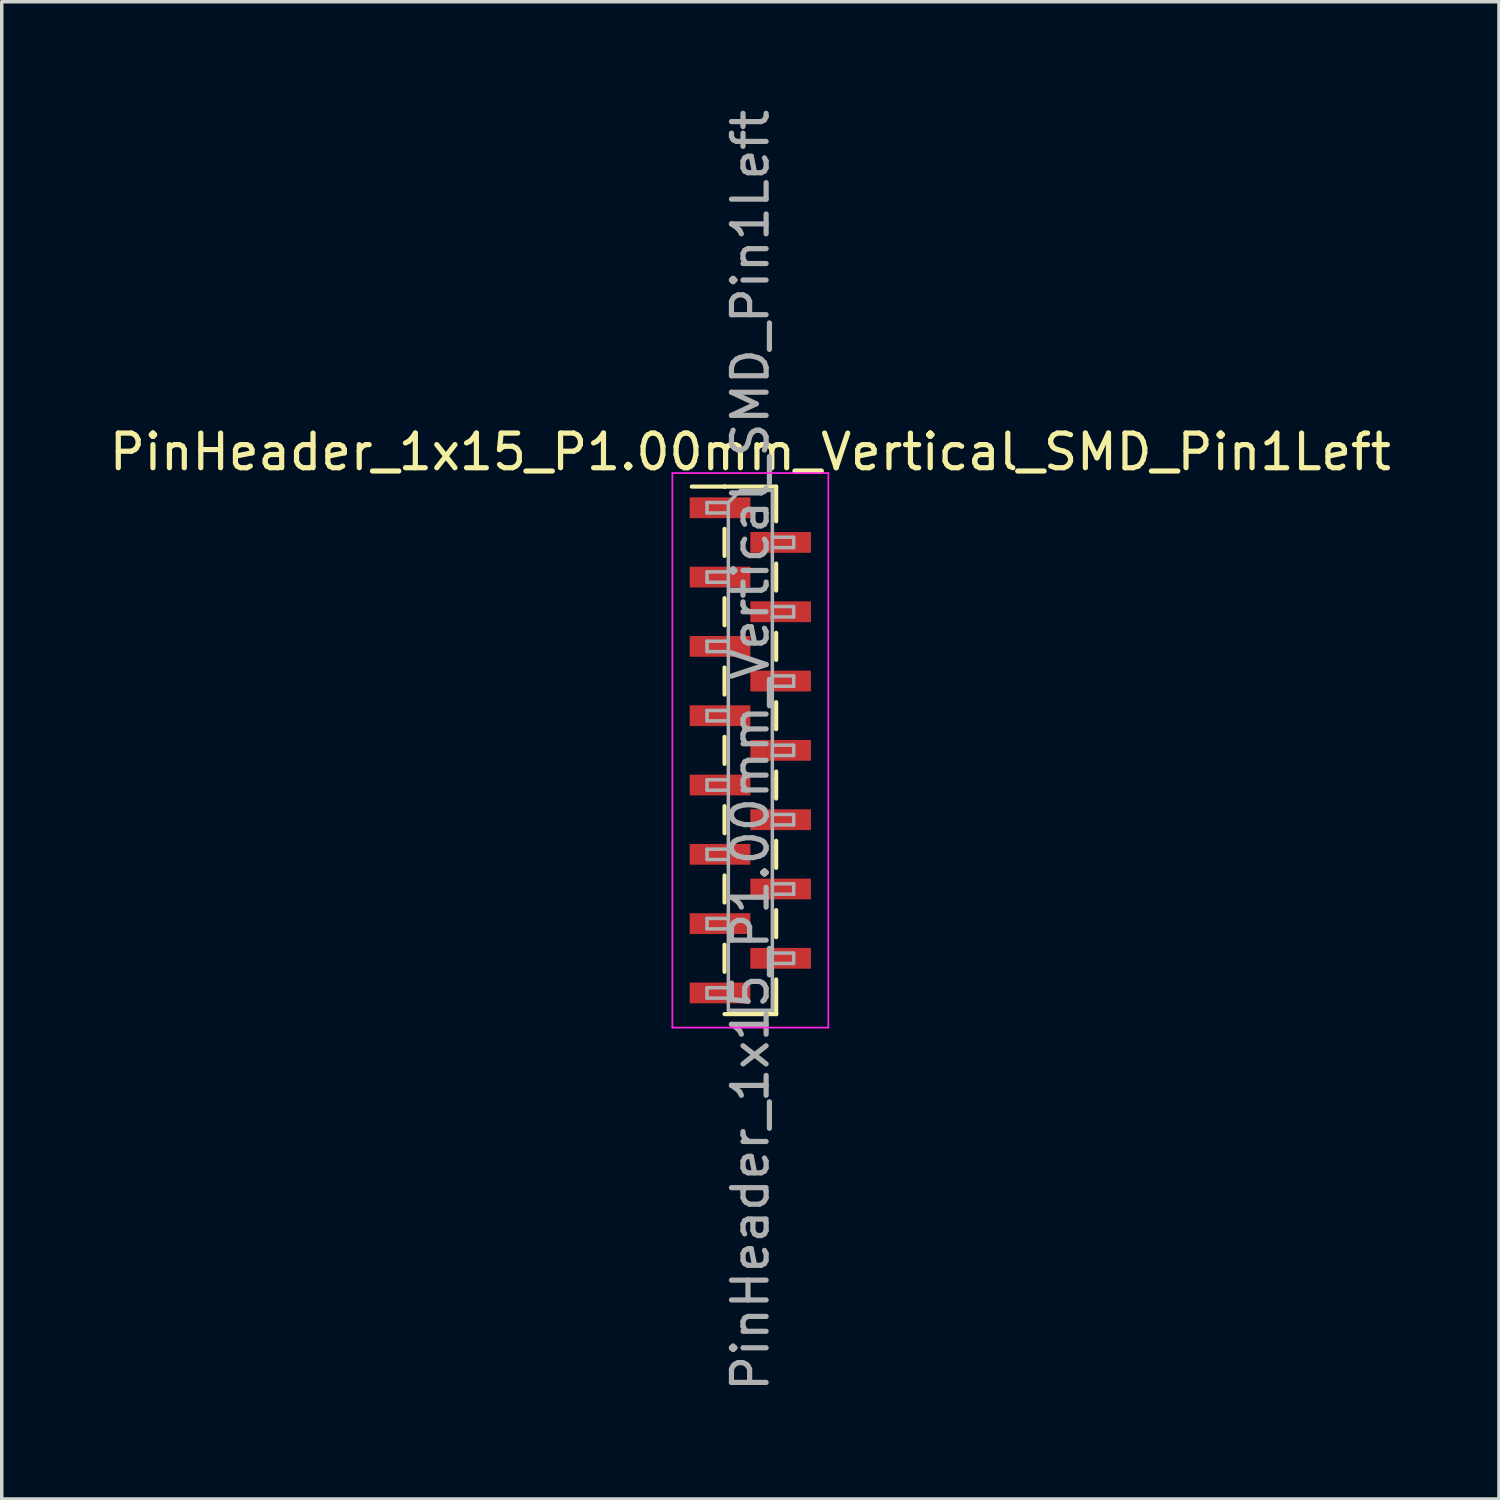
<source format=kicad_pcb>
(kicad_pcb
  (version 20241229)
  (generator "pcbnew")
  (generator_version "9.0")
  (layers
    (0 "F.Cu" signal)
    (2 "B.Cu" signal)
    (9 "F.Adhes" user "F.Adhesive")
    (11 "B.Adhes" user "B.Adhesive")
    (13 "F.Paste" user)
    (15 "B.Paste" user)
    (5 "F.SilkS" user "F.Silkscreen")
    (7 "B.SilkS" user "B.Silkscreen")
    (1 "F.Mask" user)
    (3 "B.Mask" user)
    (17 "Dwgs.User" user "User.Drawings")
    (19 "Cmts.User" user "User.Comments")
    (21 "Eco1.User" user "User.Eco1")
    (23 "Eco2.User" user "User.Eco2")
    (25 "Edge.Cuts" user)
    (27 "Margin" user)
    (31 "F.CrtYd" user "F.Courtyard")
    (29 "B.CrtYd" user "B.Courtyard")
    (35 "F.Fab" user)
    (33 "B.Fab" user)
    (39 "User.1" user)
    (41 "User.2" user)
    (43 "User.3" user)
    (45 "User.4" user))
  (footprint "PinHeader_1x15_P1.00mm_Vertical_SMD_Pin1Left"
    (layer "F.Cu")
    (at 18.601 18.601)
    (property "Reference" "PinHeader_1x15_P1.00mm_Vertical_SMD_Pin1Left" (at 0 -8.61 0) (layer "F.SilkS") (effects (font (size 1 1) (thickness 0.15))))
    (attr smd)
    (fp_line (start -0.745 -7.61) (end -1.69 -7.61) (stroke (width 0.12) (type solid)) (layer "F.SilkS"))
    (fp_line (start -0.745 -7.61) (end -0.745 -7.61) (stroke (width 0.12) (type solid)) (layer "F.SilkS"))
    (fp_line (start -0.745 -7.61) (end 0.745 -7.61) (stroke (width 0.12) (type solid)) (layer "F.SilkS"))
    (fp_line (start -0.745 -6.39) (end -0.745 -5.61) (stroke (width 0.12) (type solid)) (layer "F.SilkS"))
    (fp_line (start -0.745 -4.39) (end -0.745 -3.61) (stroke (width 0.12) (type solid)) (layer "F.SilkS"))
    (fp_line (start -0.745 -2.39) (end -0.745 -1.61) (stroke (width 0.12) (type solid)) (layer "F.SilkS"))
    (fp_line (start -0.745 -0.39) (end -0.745 0.39) (stroke (width 0.12) (type solid)) (layer "F.SilkS"))
    (fp_line (start -0.745 1.61) (end -0.745 2.39) (stroke (width 0.12) (type solid)) (layer "F.SilkS"))
    (fp_line (start -0.745 3.61) (end -0.745 4.39) (stroke (width 0.12) (type solid)) (layer "F.SilkS"))
    (fp_line (start -0.745 5.61) (end -0.745 6.39) (stroke (width 0.12) (type solid)) (layer "F.SilkS"))
    (fp_line (start -0.745 7.61) (end 0.745 7.61) (stroke (width 0.12) (type solid)) (layer "F.SilkS"))
    (fp_line (start 0.745 -7.61) (end 0.745 -6.61) (stroke (width 0.12) (type solid)) (layer "F.SilkS"))
    (fp_line (start 0.745 -5.39) (end 0.745 -4.61) (stroke (width 0.12) (type solid)) (layer "F.SilkS"))
    (fp_line (start 0.745 -3.39) (end 0.745 -2.61) (stroke (width 0.12) (type solid)) (layer "F.SilkS"))
    (fp_line (start 0.745 -1.39) (end 0.745 -0.61) (stroke (width 0.12) (type solid)) (layer "F.SilkS"))
    (fp_line (start 0.745 0.61) (end 0.745 1.39) (stroke (width 0.12) (type solid)) (layer "F.SilkS"))
    (fp_line (start 0.745 2.61) (end 0.745 3.39) (stroke (width 0.12) (type solid)) (layer "F.SilkS"))
    (fp_line (start 0.745 4.61) (end 0.745 5.39) (stroke (width 0.12) (type solid)) (layer "F.SilkS"))
    (fp_line (start 0.745 6.61) (end 0.745 7.61) (stroke (width 0.12) (type solid)) (layer "F.SilkS"))
    (fp_line (start 0.745 7.61) (end 0.745 7.61) (stroke (width 0.12) (type solid)) (layer "F.SilkS"))
    (fp_line (start -2.25 -8) (end -2.25 8) (stroke (width 0.05) (type solid)) (layer "F.CrtYd"))
    (fp_line (start -2.25 8) (end 2.25 8) (stroke (width 0.05) (type solid)) (layer "F.CrtYd"))
    (fp_line (start 2.25 -8) (end -2.25 -8) (stroke (width 0.05) (type solid)) (layer "F.CrtYd"))
    (fp_line (start 2.25 8) (end 2.25 -8) (stroke (width 0.05) (type solid)) (layer "F.CrtYd"))
    (fp_line (start -1.25 -7.15) (end -1.25 -6.85) (stroke (width 0.1) (type solid)) (layer "F.Fab"))
    (fp_line (start -1.25 -6.85) (end -0.635 -6.85) (stroke (width 0.1) (type solid)) (layer "F.Fab"))
    (fp_line (start -1.25 -5.15) (end -1.25 -4.85) (stroke (width 0.1) (type solid)) (layer "F.Fab"))
    (fp_line (start -1.25 -4.85) (end -0.635 -4.85) (stroke (width 0.1) (type solid)) (layer "F.Fab"))
    (fp_line (start -1.25 -3.15) (end -1.25 -2.85) (stroke (width 0.1) (type solid)) (layer "F.Fab"))
    (fp_line (start -1.25 -2.85) (end -0.635 -2.85) (stroke (width 0.1) (type solid)) (layer "F.Fab"))
    (fp_line (start -1.25 -1.15) (end -1.25 -0.85) (stroke (width 0.1) (type solid)) (layer "F.Fab"))
    (fp_line (start -1.25 -0.85) (end -0.635 -0.85) (stroke (width 0.1) (type solid)) (layer "F.Fab"))
    (fp_line (start -1.25 0.85) (end -1.25 1.15) (stroke (width 0.1) (type solid)) (layer "F.Fab"))
    (fp_line (start -1.25 1.15) (end -0.635 1.15) (stroke (width 0.1) (type solid)) (layer "F.Fab"))
    (fp_line (start -1.25 2.85) (end -1.25 3.15) (stroke (width 0.1) (type solid)) (layer "F.Fab"))
    (fp_line (start -1.25 3.15) (end -0.635 3.15) (stroke (width 0.1) (type solid)) (layer "F.Fab"))
    (fp_line (start -1.25 4.85) (end -1.25 5.15) (stroke (width 0.1) (type solid)) (layer "F.Fab"))
    (fp_line (start -1.25 5.15) (end -0.635 5.15) (stroke (width 0.1) (type solid)) (layer "F.Fab"))
    (fp_line (start -1.25 6.85) (end -1.25 7.15) (stroke (width 0.1) (type solid)) (layer "F.Fab"))
    (fp_line (start -1.25 7.15) (end -0.635 7.15) (stroke (width 0.1) (type solid)) (layer "F.Fab"))
    (fp_line (start -0.635 -7.15) (end -1.25 -7.15) (stroke (width 0.1) (type solid)) (layer "F.Fab"))
    (fp_line (start -0.635 -7.15) (end -0.285 -7.5) (stroke (width 0.1) (type solid)) (layer "F.Fab"))
    (fp_line (start -0.635 -5.15) (end -1.25 -5.15) (stroke (width 0.1) (type solid)) (layer "F.Fab"))
    (fp_line (start -0.635 -3.15) (end -1.25 -3.15) (stroke (width 0.1) (type solid)) (layer "F.Fab"))
    (fp_line (start -0.635 -1.15) (end -1.25 -1.15) (stroke (width 0.1) (type solid)) (layer "F.Fab"))
    (fp_line (start -0.635 0.85) (end -1.25 0.85) (stroke (width 0.1) (type solid)) (layer "F.Fab"))
    (fp_line (start -0.635 2.85) (end -1.25 2.85) (stroke (width 0.1) (type solid)) (layer "F.Fab"))
    (fp_line (start -0.635 4.85) (end -1.25 4.85) (stroke (width 0.1) (type solid)) (layer "F.Fab"))
    (fp_line (start -0.635 6.85) (end -1.25 6.85) (stroke (width 0.1) (type solid)) (layer "F.Fab"))
    (fp_line (start -0.635 7.5) (end -0.635 -7.15) (stroke (width 0.1) (type solid)) (layer "F.Fab"))
    (fp_line (start -0.285 -7.5) (end 0.635 -7.5) (stroke (width 0.1) (type solid)) (layer "F.Fab"))
    (fp_line (start 0.635 -7.5) (end 0.635 7.5) (stroke (width 0.1) (type solid)) (layer "F.Fab"))
    (fp_line (start 0.635 -6.15) (end 1.25 -6.15) (stroke (width 0.1) (type solid)) (layer "F.Fab"))
    (fp_line (start 0.635 -4.15) (end 1.25 -4.15) (stroke (width 0.1) (type solid)) (layer "F.Fab"))
    (fp_line (start 0.635 -2.15) (end 1.25 -2.15) (stroke (width 0.1) (type solid)) (layer "F.Fab"))
    (fp_line (start 0.635 -0.15) (end 1.25 -0.15) (stroke (width 0.1) (type solid)) (layer "F.Fab"))
    (fp_line (start 0.635 1.85) (end 1.25 1.85) (stroke (width 0.1) (type solid)) (layer "F.Fab"))
    (fp_line (start 0.635 3.85) (end 1.25 3.85) (stroke (width 0.1) (type solid)) (layer "F.Fab"))
    (fp_line (start 0.635 5.85) (end 1.25 5.85) (stroke (width 0.1) (type solid)) (layer "F.Fab"))
    (fp_line (start 0.635 7.5) (end -0.635 7.5) (stroke (width 0.1) (type solid)) (layer "F.Fab"))
    (fp_line (start 1.25 -6.15) (end 1.25 -5.85) (stroke (width 0.1) (type solid)) (layer "F.Fab"))
    (fp_line (start 1.25 -5.85) (end 0.635 -5.85) (stroke (width 0.1) (type solid)) (layer "F.Fab"))
    (fp_line (start 1.25 -4.15) (end 1.25 -3.85) (stroke (width 0.1) (type solid)) (layer "F.Fab"))
    (fp_line (start 1.25 -3.85) (end 0.635 -3.85) (stroke (width 0.1) (type solid)) (layer "F.Fab"))
    (fp_line (start 1.25 -2.15) (end 1.25 -1.85) (stroke (width 0.1) (type solid)) (layer "F.Fab"))
    (fp_line (start 1.25 -1.85) (end 0.635 -1.85) (stroke (width 0.1) (type solid)) (layer "F.Fab"))
    (fp_line (start 1.25 -0.15) (end 1.25 0.15) (stroke (width 0.1) (type solid)) (layer "F.Fab"))
    (fp_line (start 1.25 0.15) (end 0.635 0.15) (stroke (width 0.1) (type solid)) (layer "F.Fab"))
    (fp_line (start 1.25 1.85) (end 1.25 2.15) (stroke (width 0.1) (type solid)) (layer "F.Fab"))
    (fp_line (start 1.25 2.15) (end 0.635 2.15) (stroke (width 0.1) (type solid)) (layer "F.Fab"))
    (fp_line (start 1.25 3.85) (end 1.25 4.15) (stroke (width 0.1) (type solid)) (layer "F.Fab"))
    (fp_line (start 1.25 4.15) (end 0.635 4.15) (stroke (width 0.1) (type solid)) (layer "F.Fab"))
    (fp_line (start 1.25 5.85) (end 1.25 6.15) (stroke (width 0.1) (type solid)) (layer "F.Fab"))
    (fp_line (start 1.25 6.15) (end 0.635 6.15) (stroke (width 0.1) (type solid)) (layer "F.Fab"))
    (fp_text user "${REFERENCE}" (at 0 0 90) (layer "F.Fab") (effects (font (size 1 1) (thickness 0.15))))
    (pad "1" smd rect (at -0.875 -7) (size 1.75 0.6) (layers "F.Cu" "F.Mask" "F.Paste"))
    (pad "2" smd rect (at 0.875 -6) (size 1.75 0.6) (layers "F.Cu" "F.Mask" "F.Paste"))
    (pad "3" smd rect (at -0.875 -5) (size 1.75 0.6) (layers "F.Cu" "F.Mask" "F.Paste"))
    (pad "4" smd rect (at 0.875 -4) (size 1.75 0.6) (layers "F.Cu" "F.Mask" "F.Paste"))
    (pad "5" smd rect (at -0.875 -3) (size 1.75 0.6) (layers "F.Cu" "F.Mask" "F.Paste"))
    (pad "6" smd rect (at 0.875 -2) (size 1.75 0.6) (layers "F.Cu" "F.Mask" "F.Paste"))
    (pad "7" smd rect (at -0.875 -1) (size 1.75 0.6) (layers "F.Cu" "F.Mask" "F.Paste"))
    (pad "8" smd rect (at 0.875 0) (size 1.75 0.6) (layers "F.Cu" "F.Mask" "F.Paste"))
    (pad "9" smd rect (at -0.875 1) (size 1.75 0.6) (layers "F.Cu" "F.Mask" "F.Paste"))
    (pad "10" smd rect (at 0.875 2) (size 1.75 0.6) (layers "F.Cu" "F.Mask" "F.Paste"))
    (pad "11" smd rect (at -0.875 3) (size 1.75 0.6) (layers "F.Cu" "F.Mask" "F.Paste"))
    (pad "12" smd rect (at 0.875 4) (size 1.75 0.6) (layers "F.Cu" "F.Mask" "F.Paste"))
    (pad "13" smd rect (at -0.875 5) (size 1.75 0.6) (layers "F.Cu" "F.Mask" "F.Paste"))
    (pad "14" smd rect (at 0.875 6) (size 1.75 0.6) (layers "F.Cu" "F.Mask" "F.Paste"))
    (pad "15" smd rect (at -0.875 7) (size 1.75 0.6) (layers "F.Cu" "F.Mask" "F.Paste")))
  (gr_rect
    (start -3 -3)
    (end 40.202 40.202)
    (stroke (width 0.1) (type default))
    (fill no)
    (layer "Edge.Cuts")))
</source>
